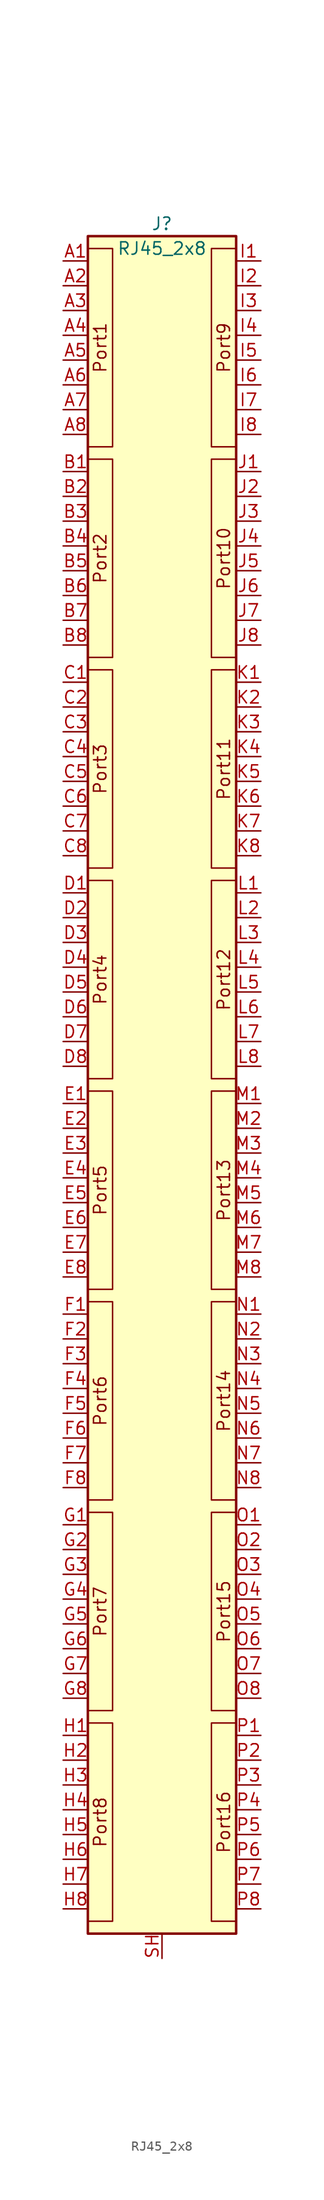
<source format=kicad_sym>
(kicad_symbol_lib
  (version 20211014)
  (generator kicad_symbol_editor)
  (symbol "RJ45_2x8"
    (pin_names
      (offset 1.016))
    (property "Reference" "J"
      (at 0 162.56 0)
      (effects (font (size 1.27 1.27))))
    (property "Value" "RJ45_2x8"
      (at 0 160.02 0)
      (effects (font (size 1.27 1.27))))
    (symbol "RJ45_2x8_0_0"
      (rectangle (start -7.62 8.89) (end -5.08 -11.43) (stroke (width 0) (type default) (color 0 0 0 0)) (fill (type none)))
      (rectangle (start -7.62 30.48) (end -5.08 10.16) (stroke (width 0) (type default) (color 0 0 0 0)) (fill (type none)))
      (rectangle (start -7.62 52.07) (end -5.08 31.75) (stroke (width 0) (type default) (color 0 0 0 0)) (fill (type none)))
      (rectangle (start -7.62 73.66) (end -5.08 53.34) (stroke (width 0) (type default) (color 0 0 0 0)) (fill (type none)))
      (rectangle (start -7.62 95.25) (end -5.08 74.93) (stroke (width 0) (type default) (color 0 0 0 0)) (fill (type none)))
      (rectangle (start -7.62 116.84) (end -5.08 96.52) (stroke (width 0) (type default) (color 0 0 0 0)) (fill (type none)))
      (rectangle (start -7.62 138.43) (end -5.08 118.11) (stroke (width 0) (type default) (color 0 0 0 0)) (fill (type none)))
      (rectangle (start -7.62 160.02) (end -5.08 139.7) (stroke (width 0) (type default) (color 0 0 0 0)) (fill (type none)))
      (rectangle (start 5.08 8.89) (end 7.62 -11.43) (stroke (width 0) (type default) (color 0 0 0 0)) (fill (type none)))
      (rectangle (start 5.08 30.48) (end 7.62 10.16) (stroke (width 0) (type default) (color 0 0 0 0)) (fill (type none)))
      (rectangle (start 5.08 52.07) (end 7.62 31.75) (stroke (width 0) (type default) (color 0 0 0 0)) (fill (type none)))
      (rectangle (start 5.08 73.66) (end 7.62 53.34) (stroke (width 0) (type default) (color 0 0 0 0)) (fill (type none)))
      (rectangle (start 5.08 95.25) (end 7.62 74.93) (stroke (width 0) (type default) (color 0 0 0 0)) (fill (type none)))
      (rectangle (start 5.08 116.84) (end 7.62 96.52) (stroke (width 0) (type default) (color 0 0 0 0)) (fill (type none)))
      (rectangle (start 5.08 138.43) (end 7.62 118.11) (stroke (width 0) (type default) (color 0 0 0 0)) (fill (type none)))
      (rectangle (start 5.08 160.02) (end 7.62 139.7) (stroke (width 0) (type default) (color 0 0 0 0)) (fill (type none)))
      (text "Port1" (at -6.35 149.86 900) (effects (font (size 1.27 1.27))))
      (text "Port10" (at 6.35 128.27 900) (effects (font (size 1.27 1.27))))
      (text "Port11" (at 6.35 106.68 900) (effects (font (size 1.27 1.27))))
      (text "Port12" (at 6.35 85.09 900) (effects (font (size 1.27 1.27))))
      (text "Port13" (at 6.35 63.5 900) (effects (font (size 1.27 1.27))))
      (text "Port14" (at 6.35 41.91 900) (effects (font (size 1.27 1.27))))
      (text "Port15" (at 6.35 20.32 900) (effects (font (size 1.27 1.27))))
      (text "Port16" (at 6.35 -1.27 900) (effects (font (size 1.27 1.27))))
      (text "Port2" (at -6.35 128.27 900) (effects (font (size 1.27 1.27))))
      (text "Port3" (at -6.35 106.68 900) (effects (font (size 1.27 1.27))))
      (text "Port4" (at -6.35 85.09 900) (effects (font (size 1.27 1.27))))
      (text "Port5" (at -6.35 63.5 900) (effects (font (size 1.27 1.27))))
      (text "Port6" (at -6.35 41.91 900) (effects (font (size 1.27 1.27))))
      (text "Port7" (at -6.35 20.32 900) (effects (font (size 1.27 1.27))))
      (text "Port8" (at -6.35 -1.27 900) (effects (font (size 1.27 1.27))))
      (text "Port9" (at 6.35 149.86 900) (effects (font (size 1.27 1.27)))))
    (symbol "RJ45_2x8_0_1"
      (rectangle (start 7.62 161.29) (end -7.62 -12.7) (stroke (width 0.254) (type default) (color 0 0 0 0)) (fill (type background))))
    (symbol "RJ45_2x8_1_1"
      (pin passive line (at -10.16 158.75 0) (length 2.54) (name "~" (effects (font (size 1.27 1.27)))) (number "A1" (effects (font (size 1.27 1.27)))))
      (pin passive line (at -10.16 156.21 0) (length 2.54) (name "~" (effects (font (size 1.27 1.27)))) (number "A2" (effects (font (size 1.27 1.27)))))
      (pin passive line (at -10.16 153.67 0) (length 2.54) (name "~" (effects (font (size 1.27 1.27)))) (number "A3" (effects (font (size 1.27 1.27)))))
      (pin passive line (at -10.16 151.13 0) (length 2.54) (name "~" (effects (font (size 1.27 1.27)))) (number "A4" (effects (font (size 1.27 1.27)))))
      (pin passive line (at -10.16 148.59 0) (length 2.54) (name "~" (effects (font (size 1.27 1.27)))) (number "A5" (effects (font (size 1.27 1.27)))))
      (pin passive line (at -10.16 146.05 0) (length 2.54) (name "~" (effects (font (size 1.27 1.27)))) (number "A6" (effects (font (size 1.27 1.27)))))
      (pin passive line (at -10.16 143.51 0) (length 2.54) (name "~" (effects (font (size 1.27 1.27)))) (number "A7" (effects (font (size 1.27 1.27)))))
      (pin passive line (at -10.16 140.97 0) (length 2.54) (name "~" (effects (font (size 1.27 1.27)))) (number "A8" (effects (font (size 1.27 1.27)))))
      (pin passive line (at -10.16 137.16 0) (length 2.54) (name "~" (effects (font (size 1.27 1.27)))) (number "B1" (effects (font (size 1.27 1.27)))))
      (pin passive line (at -10.16 134.62 0) (length 2.54) (name "~" (effects (font (size 1.27 1.27)))) (number "B2" (effects (font (size 1.27 1.27)))))
      (pin passive line (at -10.16 132.08 0) (length 2.54) (name "~" (effects (font (size 1.27 1.27)))) (number "B3" (effects (font (size 1.27 1.27)))))
      (pin passive line (at -10.16 129.54 0) (length 2.54) (name "~" (effects (font (size 1.27 1.27)))) (number "B4" (effects (font (size 1.27 1.27)))))
      (pin passive line (at -10.16 127 0) (length 2.54) (name "~" (effects (font (size 1.27 1.27)))) (number "B5" (effects (font (size 1.27 1.27)))))
      (pin passive line (at -10.16 124.46 0) (length 2.54) (name "~" (effects (font (size 1.27 1.27)))) (number "B6" (effects (font (size 1.27 1.27)))))
      (pin passive line (at -10.16 121.92 0) (length 2.54) (name "~" (effects (font (size 1.27 1.27)))) (number "B7" (effects (font (size 1.27 1.27)))))
      (pin passive line (at -10.16 119.38 0) (length 2.54) (name "~" (effects (font (size 1.27 1.27)))) (number "B8" (effects (font (size 1.27 1.27)))))
      (pin passive line (at -10.16 115.57 0) (length 2.54) (name "~" (effects (font (size 1.27 1.27)))) (number "C1" (effects (font (size 1.27 1.27)))))
      (pin passive line (at -10.16 113.03 0) (length 2.54) (name "~" (effects (font (size 1.27 1.27)))) (number "C2" (effects (font (size 1.27 1.27)))))
      (pin passive line (at -10.16 110.49 0) (length 2.54) (name "~" (effects (font (size 1.27 1.27)))) (number "C3" (effects (font (size 1.27 1.27)))))
      (pin passive line (at -10.16 107.95 0) (length 2.54) (name "~" (effects (font (size 1.27 1.27)))) (number "C4" (effects (font (size 1.27 1.27)))))
      (pin passive line (at -10.16 105.41 0) (length 2.54) (name "~" (effects (font (size 1.27 1.27)))) (number "C5" (effects (font (size 1.27 1.27)))))
      (pin passive line (at -10.16 102.87 0) (length 2.54) (name "~" (effects (font (size 1.27 1.27)))) (number "C6" (effects (font (size 1.27 1.27)))))
      (pin passive line (at -10.16 100.33 0) (length 2.54) (name "~" (effects (font (size 1.27 1.27)))) (number "C7" (effects (font (size 1.27 1.27)))))
      (pin passive line (at -10.16 97.79 0) (length 2.54) (name "~" (effects (font (size 1.27 1.27)))) (number "C8" (effects (font (size 1.27 1.27)))))
      (pin passive line (at -10.16 93.98 0) (length 2.54) (name "~" (effects (font (size 1.27 1.27)))) (number "D1" (effects (font (size 1.27 1.27)))))
      (pin passive line (at -10.16 91.44 0) (length 2.54) (name "~" (effects (font (size 1.27 1.27)))) (number "D2" (effects (font (size 1.27 1.27)))))
      (pin passive line (at -10.16 88.9 0) (length 2.54) (name "~" (effects (font (size 1.27 1.27)))) (number "D3" (effects (font (size 1.27 1.27)))))
      (pin passive line (at -10.16 86.36 0) (length 2.54) (name "~" (effects (font (size 1.27 1.27)))) (number "D4" (effects (font (size 1.27 1.27)))))
      (pin passive line (at -10.16 83.82 0) (length 2.54) (name "~" (effects (font (size 1.27 1.27)))) (number "D5" (effects (font (size 1.27 1.27)))))
      (pin passive line (at -10.16 81.28 0) (length 2.54) (name "~" (effects (font (size 1.27 1.27)))) (number "D6" (effects (font (size 1.27 1.27)))))
      (pin passive line (at -10.16 78.74 0) (length 2.54) (name "~" (effects (font (size 1.27 1.27)))) (number "D7" (effects (font (size 1.27 1.27)))))
      (pin passive line (at -10.16 76.2 0) (length 2.54) (name "~" (effects (font (size 1.27 1.27)))) (number "D8" (effects (font (size 1.27 1.27)))))
      (pin passive line (at -10.16 72.39 0) (length 2.54) (name "~" (effects (font (size 1.27 1.27)))) (number "E1" (effects (font (size 1.27 1.27)))))
      (pin passive line (at -10.16 69.85 0) (length 2.54) (name "~" (effects (font (size 1.27 1.27)))) (number "E2" (effects (font (size 1.27 1.27)))))
      (pin passive line (at -10.16 67.31 0) (length 2.54) (name "~" (effects (font (size 1.27 1.27)))) (number "E3" (effects (font (size 1.27 1.27)))))
      (pin passive line (at -10.16 64.77 0) (length 2.54) (name "~" (effects (font (size 1.27 1.27)))) (number "E4" (effects (font (size 1.27 1.27)))))
      (pin passive line (at -10.16 62.23 0) (length 2.54) (name "~" (effects (font (size 1.27 1.27)))) (number "E5" (effects (font (size 1.27 1.27)))))
      (pin passive line (at -10.16 59.69 0) (length 2.54) (name "~" (effects (font (size 1.27 1.27)))) (number "E6" (effects (font (size 1.27 1.27)))))
      (pin passive line (at -10.16 57.15 0) (length 2.54) (name "~" (effects (font (size 1.27 1.27)))) (number "E7" (effects (font (size 1.27 1.27)))))
      (pin passive line (at -10.16 54.61 0) (length 2.54) (name "~" (effects (font (size 1.27 1.27)))) (number "E8" (effects (font (size 1.27 1.27)))))
      (pin passive line (at -10.16 50.8 0) (length 2.54) (name "~" (effects (font (size 1.27 1.27)))) (number "F1" (effects (font (size 1.27 1.27)))))
      (pin passive line (at -10.16 48.26 0) (length 2.54) (name "~" (effects (font (size 1.27 1.27)))) (number "F2" (effects (font (size 1.27 1.27)))))
      (pin passive line (at -10.16 45.72 0) (length 2.54) (name "~" (effects (font (size 1.27 1.27)))) (number "F3" (effects (font (size 1.27 1.27)))))
      (pin passive line (at -10.16 43.18 0) (length 2.54) (name "~" (effects (font (size 1.27 1.27)))) (number "F4" (effects (font (size 1.27 1.27)))))
      (pin passive line (at -10.16 40.64 0) (length 2.54) (name "~" (effects (font (size 1.27 1.27)))) (number "F5" (effects (font (size 1.27 1.27)))))
      (pin passive line (at -10.16 38.1 0) (length 2.54) (name "~" (effects (font (size 1.27 1.27)))) (number "F6" (effects (font (size 1.27 1.27)))))
      (pin passive line (at -10.16 35.56 0) (length 2.54) (name "~" (effects (font (size 1.27 1.27)))) (number "F7" (effects (font (size 1.27 1.27)))))
      (pin passive line (at -10.16 33.02 0) (length 2.54) (name "~" (effects (font (size 1.27 1.27)))) (number "F8" (effects (font (size 1.27 1.27)))))
      (pin passive line (at -10.16 29.21 0) (length 2.54) (name "~" (effects (font (size 1.27 1.27)))) (number "G1" (effects (font (size 1.27 1.27)))))
      (pin passive line (at -10.16 26.67 0) (length 2.54) (name "~" (effects (font (size 1.27 1.27)))) (number "G2" (effects (font (size 1.27 1.27)))))
      (pin passive line (at -10.16 24.13 0) (length 2.54) (name "~" (effects (font (size 1.27 1.27)))) (number "G3" (effects (font (size 1.27 1.27)))))
      (pin passive line (at -10.16 21.59 0) (length 2.54) (name "~" (effects (font (size 1.27 1.27)))) (number "G4" (effects (font (size 1.27 1.27)))))
      (pin passive line (at -10.16 19.05 0) (length 2.54) (name "~" (effects (font (size 1.27 1.27)))) (number "G5" (effects (font (size 1.27 1.27)))))
      (pin passive line (at -10.16 16.51 0) (length 2.54) (name "~" (effects (font (size 1.27 1.27)))) (number "G6" (effects (font (size 1.27 1.27)))))
      (pin passive line (at -10.16 13.97 0) (length 2.54) (name "~" (effects (font (size 1.27 1.27)))) (number "G7" (effects (font (size 1.27 1.27)))))
      (pin passive line (at -10.16 11.43 0) (length 2.54) (name "~" (effects (font (size 1.27 1.27)))) (number "G8" (effects (font (size 1.27 1.27)))))
      (pin passive line (at -10.16 7.62 0) (length 2.54) (name "~" (effects (font (size 1.27 1.27)))) (number "H1" (effects (font (size 1.27 1.27)))))
      (pin passive line (at -10.16 5.08 0) (length 2.54) (name "~" (effects (font (size 1.27 1.27)))) (number "H2" (effects (font (size 1.27 1.27)))))
      (pin passive line (at -10.16 2.54 0) (length 2.54) (name "~" (effects (font (size 1.27 1.27)))) (number "H3" (effects (font (size 1.27 1.27)))))
      (pin passive line (at -10.16 0 0) (length 2.54) (name "~" (effects (font (size 1.27 1.27)))) (number "H4" (effects (font (size 1.27 1.27)))))
      (pin passive line (at -10.16 -2.54 0) (length 2.54) (name "~" (effects (font (size 1.27 1.27)))) (number "H5" (effects (font (size 1.27 1.27)))))
      (pin passive line (at -10.16 -5.08 0) (length 2.54) (name "~" (effects (font (size 1.27 1.27)))) (number "H6" (effects (font (size 1.27 1.27)))))
      (pin passive line (at -10.16 -7.62 0) (length 2.54) (name "~" (effects (font (size 1.27 1.27)))) (number "H7" (effects (font (size 1.27 1.27)))))
      (pin passive line (at -10.16 -10.16 0) (length 2.54) (name "~" (effects (font (size 1.27 1.27)))) (number "H8" (effects (font (size 1.27 1.27)))))
      (pin passive line (at 10.16 158.75 180) (length 2.54) (name "~" (effects (font (size 1.27 1.27)))) (number "I1" (effects (font (size 1.27 1.27)))))
      (pin passive line (at 10.16 156.21 180) (length 2.54) (name "~" (effects (font (size 1.27 1.27)))) (number "I2" (effects (font (size 1.27 1.27)))))
      (pin passive line (at 10.16 153.67 180) (length 2.54) (name "~" (effects (font (size 1.27 1.27)))) (number "I3" (effects (font (size 1.27 1.27)))))
      (pin passive line (at 10.16 151.13 180) (length 2.54) (name "~" (effects (font (size 1.27 1.27)))) (number "I4" (effects (font (size 1.27 1.27)))))
      (pin passive line (at 10.16 148.59 180) (length 2.54) (name "~" (effects (font (size 1.27 1.27)))) (number "I5" (effects (font (size 1.27 1.27)))))
      (pin passive line (at 10.16 146.05 180) (length 2.54) (name "~" (effects (font (size 1.27 1.27)))) (number "I6" (effects (font (size 1.27 1.27)))))
      (pin passive line (at 10.16 143.51 180) (length 2.54) (name "~" (effects (font (size 1.27 1.27)))) (number "I7" (effects (font (size 1.27 1.27)))))
      (pin passive line (at 10.16 140.97 180) (length 2.54) (name "~" (effects (font (size 1.27 1.27)))) (number "I8" (effects (font (size 1.27 1.27)))))
      (pin passive line (at 10.16 137.16 180) (length 2.54) (name "~" (effects (font (size 1.27 1.27)))) (number "J1" (effects (font (size 1.27 1.27)))))
      (pin passive line (at 10.16 134.62 180) (length 2.54) (name "~" (effects (font (size 1.27 1.27)))) (number "J2" (effects (font (size 1.27 1.27)))))
      (pin passive line (at 10.16 132.08 180) (length 2.54) (name "~" (effects (font (size 1.27 1.27)))) (number "J3" (effects (font (size 1.27 1.27)))))
      (pin passive line (at 10.16 129.54 180) (length 2.54) (name "~" (effects (font (size 1.27 1.27)))) (number "J4" (effects (font (size 1.27 1.27)))))
      (pin passive line (at 10.16 127 180) (length 2.54) (name "~" (effects (font (size 1.27 1.27)))) (number "J5" (effects (font (size 1.27 1.27)))))
      (pin passive line (at 10.16 124.46 180) (length 2.54) (name "~" (effects (font (size 1.27 1.27)))) (number "J6" (effects (font (size 1.27 1.27)))))
      (pin passive line (at 10.16 121.92 180) (length 2.54) (name "~" (effects (font (size 1.27 1.27)))) (number "J7" (effects (font (size 1.27 1.27)))))
      (pin passive line (at 10.16 119.38 180) (length 2.54) (name "~" (effects (font (size 1.27 1.27)))) (number "J8" (effects (font (size 1.27 1.27)))))
      (pin passive line (at 10.16 115.57 180) (length 2.54) (name "~" (effects (font (size 1.27 1.27)))) (number "K1" (effects (font (size 1.27 1.27)))))
      (pin passive line (at 10.16 113.03 180) (length 2.54) (name "~" (effects (font (size 1.27 1.27)))) (number "K2" (effects (font (size 1.27 1.27)))))
      (pin passive line (at 10.16 110.49 180) (length 2.54) (name "~" (effects (font (size 1.27 1.27)))) (number "K3" (effects (font (size 1.27 1.27)))))
      (pin passive line (at 10.16 107.95 180) (length 2.54) (name "~" (effects (font (size 1.27 1.27)))) (number "K4" (effects (font (size 1.27 1.27)))))
      (pin passive line (at 10.16 105.41 180) (length 2.54) (name "~" (effects (font (size 1.27 1.27)))) (number "K5" (effects (font (size 1.27 1.27)))))
      (pin passive line (at 10.16 102.87 180) (length 2.54) (name "~" (effects (font (size 1.27 1.27)))) (number "K6" (effects (font (size 1.27 1.27)))))
      (pin passive line (at 10.16 100.33 180) (length 2.54) (name "~" (effects (font (size 1.27 1.27)))) (number "K7" (effects (font (size 1.27 1.27)))))
      (pin passive line (at 10.16 97.79 180) (length 2.54) (name "~" (effects (font (size 1.27 1.27)))) (number "K8" (effects (font (size 1.27 1.27)))))
      (pin passive line (at 10.16 93.98 180) (length 2.54) (name "~" (effects (font (size 1.27 1.27)))) (number "L1" (effects (font (size 1.27 1.27)))))
      (pin passive line (at 10.16 91.44 180) (length 2.54) (name "~" (effects (font (size 1.27 1.27)))) (number "L2" (effects (font (size 1.27 1.27)))))
      (pin passive line (at 10.16 88.9 180) (length 2.54) (name "~" (effects (font (size 1.27 1.27)))) (number "L3" (effects (font (size 1.27 1.27)))))
      (pin passive line (at 10.16 86.36 180) (length 2.54) (name "~" (effects (font (size 1.27 1.27)))) (number "L4" (effects (font (size 1.27 1.27)))))
      (pin passive line (at 10.16 83.82 180) (length 2.54) (name "~" (effects (font (size 1.27 1.27)))) (number "L5" (effects (font (size 1.27 1.27)))))
      (pin passive line (at 10.16 81.28 180) (length 2.54) (name "~" (effects (font (size 1.27 1.27)))) (number "L6" (effects (font (size 1.27 1.27)))))
      (pin passive line (at 10.16 78.74 180) (length 2.54) (name "~" (effects (font (size 1.27 1.27)))) (number "L7" (effects (font (size 1.27 1.27)))))
      (pin passive line (at 10.16 76.2 180) (length 2.54) (name "~" (effects (font (size 1.27 1.27)))) (number "L8" (effects (font (size 1.27 1.27)))))
      (pin passive line (at 10.16 72.39 180) (length 2.54) (name "~" (effects (font (size 1.27 1.27)))) (number "M1" (effects (font (size 1.27 1.27)))))
      (pin passive line (at 10.16 69.85 180) (length 2.54) (name "~" (effects (font (size 1.27 1.27)))) (number "M2" (effects (font (size 1.27 1.27)))))
      (pin passive line (at 10.16 67.31 180) (length 2.54) (name "~" (effects (font (size 1.27 1.27)))) (number "M3" (effects (font (size 1.27 1.27)))))
      (pin passive line (at 10.16 64.77 180) (length 2.54) (name "~" (effects (font (size 1.27 1.27)))) (number "M4" (effects (font (size 1.27 1.27)))))
      (pin passive line (at 10.16 62.23 180) (length 2.54) (name "~" (effects (font (size 1.27 1.27)))) (number "M5" (effects (font (size 1.27 1.27)))))
      (pin passive line (at 10.16 59.69 180) (length 2.54) (name "~" (effects (font (size 1.27 1.27)))) (number "M6" (effects (font (size 1.27 1.27)))))
      (pin passive line (at 10.16 57.15 180) (length 2.54) (name "~" (effects (font (size 1.27 1.27)))) (number "M7" (effects (font (size 1.27 1.27)))))
      (pin passive line (at 10.16 54.61 180) (length 2.54) (name "~" (effects (font (size 1.27 1.27)))) (number "M8" (effects (font (size 1.27 1.27)))))
      (pin passive line (at 10.16 50.8 180) (length 2.54) (name "~" (effects (font (size 1.27 1.27)))) (number "N1" (effects (font (size 1.27 1.27)))))
      (pin passive line (at 10.16 48.26 180) (length 2.54) (name "~" (effects (font (size 1.27 1.27)))) (number "N2" (effects (font (size 1.27 1.27)))))
      (pin passive line (at 10.16 45.72 180) (length 2.54) (name "~" (effects (font (size 1.27 1.27)))) (number "N3" (effects (font (size 1.27 1.27)))))
      (pin passive line (at 10.16 43.18 180) (length 2.54) (name "~" (effects (font (size 1.27 1.27)))) (number "N4" (effects (font (size 1.27 1.27)))))
      (pin passive line (at 10.16 40.64 180) (length 2.54) (name "~" (effects (font (size 1.27 1.27)))) (number "N5" (effects (font (size 1.27 1.27)))))
      (pin passive line (at 10.16 38.1 180) (length 2.54) (name "~" (effects (font (size 1.27 1.27)))) (number "N6" (effects (font (size 1.27 1.27)))))
      (pin passive line (at 10.16 35.56 180) (length 2.54) (name "~" (effects (font (size 1.27 1.27)))) (number "N7" (effects (font (size 1.27 1.27)))))
      (pin passive line (at 10.16 33.02 180) (length 2.54) (name "~" (effects (font (size 1.27 1.27)))) (number "N8" (effects (font (size 1.27 1.27)))))
      (pin passive line (at 10.16 29.21 180) (length 2.54) (name "~" (effects (font (size 1.27 1.27)))) (number "O1" (effects (font (size 1.27 1.27)))))
      (pin passive line (at 10.16 26.67 180) (length 2.54) (name "~" (effects (font (size 1.27 1.27)))) (number "O2" (effects (font (size 1.27 1.27)))))
      (pin passive line (at 10.16 24.13 180) (length 2.54) (name "~" (effects (font (size 1.27 1.27)))) (number "O3" (effects (font (size 1.27 1.27)))))
      (pin passive line (at 10.16 21.59 180) (length 2.54) (name "~" (effects (font (size 1.27 1.27)))) (number "O4" (effects (font (size 1.27 1.27)))))
      (pin passive line (at 10.16 19.05 180) (length 2.54) (name "~" (effects (font (size 1.27 1.27)))) (number "O5" (effects (font (size 1.27 1.27)))))
      (pin passive line (at 10.16 16.51 180) (length 2.54) (name "~" (effects (font (size 1.27 1.27)))) (number "O6" (effects (font (size 1.27 1.27)))))
      (pin passive line (at 10.16 13.97 180) (length 2.54) (name "~" (effects (font (size 1.27 1.27)))) (number "O7" (effects (font (size 1.27 1.27)))))
      (pin passive line (at 10.16 11.43 180) (length 2.54) (name "~" (effects (font (size 1.27 1.27)))) (number "O8" (effects (font (size 1.27 1.27)))))
      (pin passive line (at 10.16 7.62 180) (length 2.54) (name "~" (effects (font (size 1.27 1.27)))) (number "P1" (effects (font (size 1.27 1.27)))))
      (pin passive line (at 10.16 5.08 180) (length 2.54) (name "~" (effects (font (size 1.27 1.27)))) (number "P2" (effects (font (size 1.27 1.27)))))
      (pin passive line (at 10.16 2.54 180) (length 2.54) (name "~" (effects (font (size 1.27 1.27)))) (number "P3" (effects (font (size 1.27 1.27)))))
      (pin passive line (at 10.16 0 180) (length 2.54) (name "~" (effects (font (size 1.27 1.27)))) (number "P4" (effects (font (size 1.27 1.27)))))
      (pin passive line (at 10.16 -2.54 180) (length 2.54) (name "~" (effects (font (size 1.27 1.27)))) (number "P5" (effects (font (size 1.27 1.27)))))
      (pin passive line (at 10.16 -5.08 180) (length 2.54) (name "~" (effects (font (size 1.27 1.27)))) (number "P6" (effects (font (size 1.27 1.27)))))
      (pin passive line (at 10.16 -7.62 180) (length 2.54) (name "~" (effects (font (size 1.27 1.27)))) (number "P7" (effects (font (size 1.27 1.27)))))
      (pin passive line (at 10.16 -10.16 180) (length 2.54) (name "~" (effects (font (size 1.27 1.27)))) (number "P8" (effects (font (size 1.27 1.27)))))
      (pin passive line (at 0 -15.24 90) (length 2.54) (name "~" (effects (font (size 1.27 1.27)))) (number "SH" (effects (font (size 1.27 1.27))))))))
</source>
